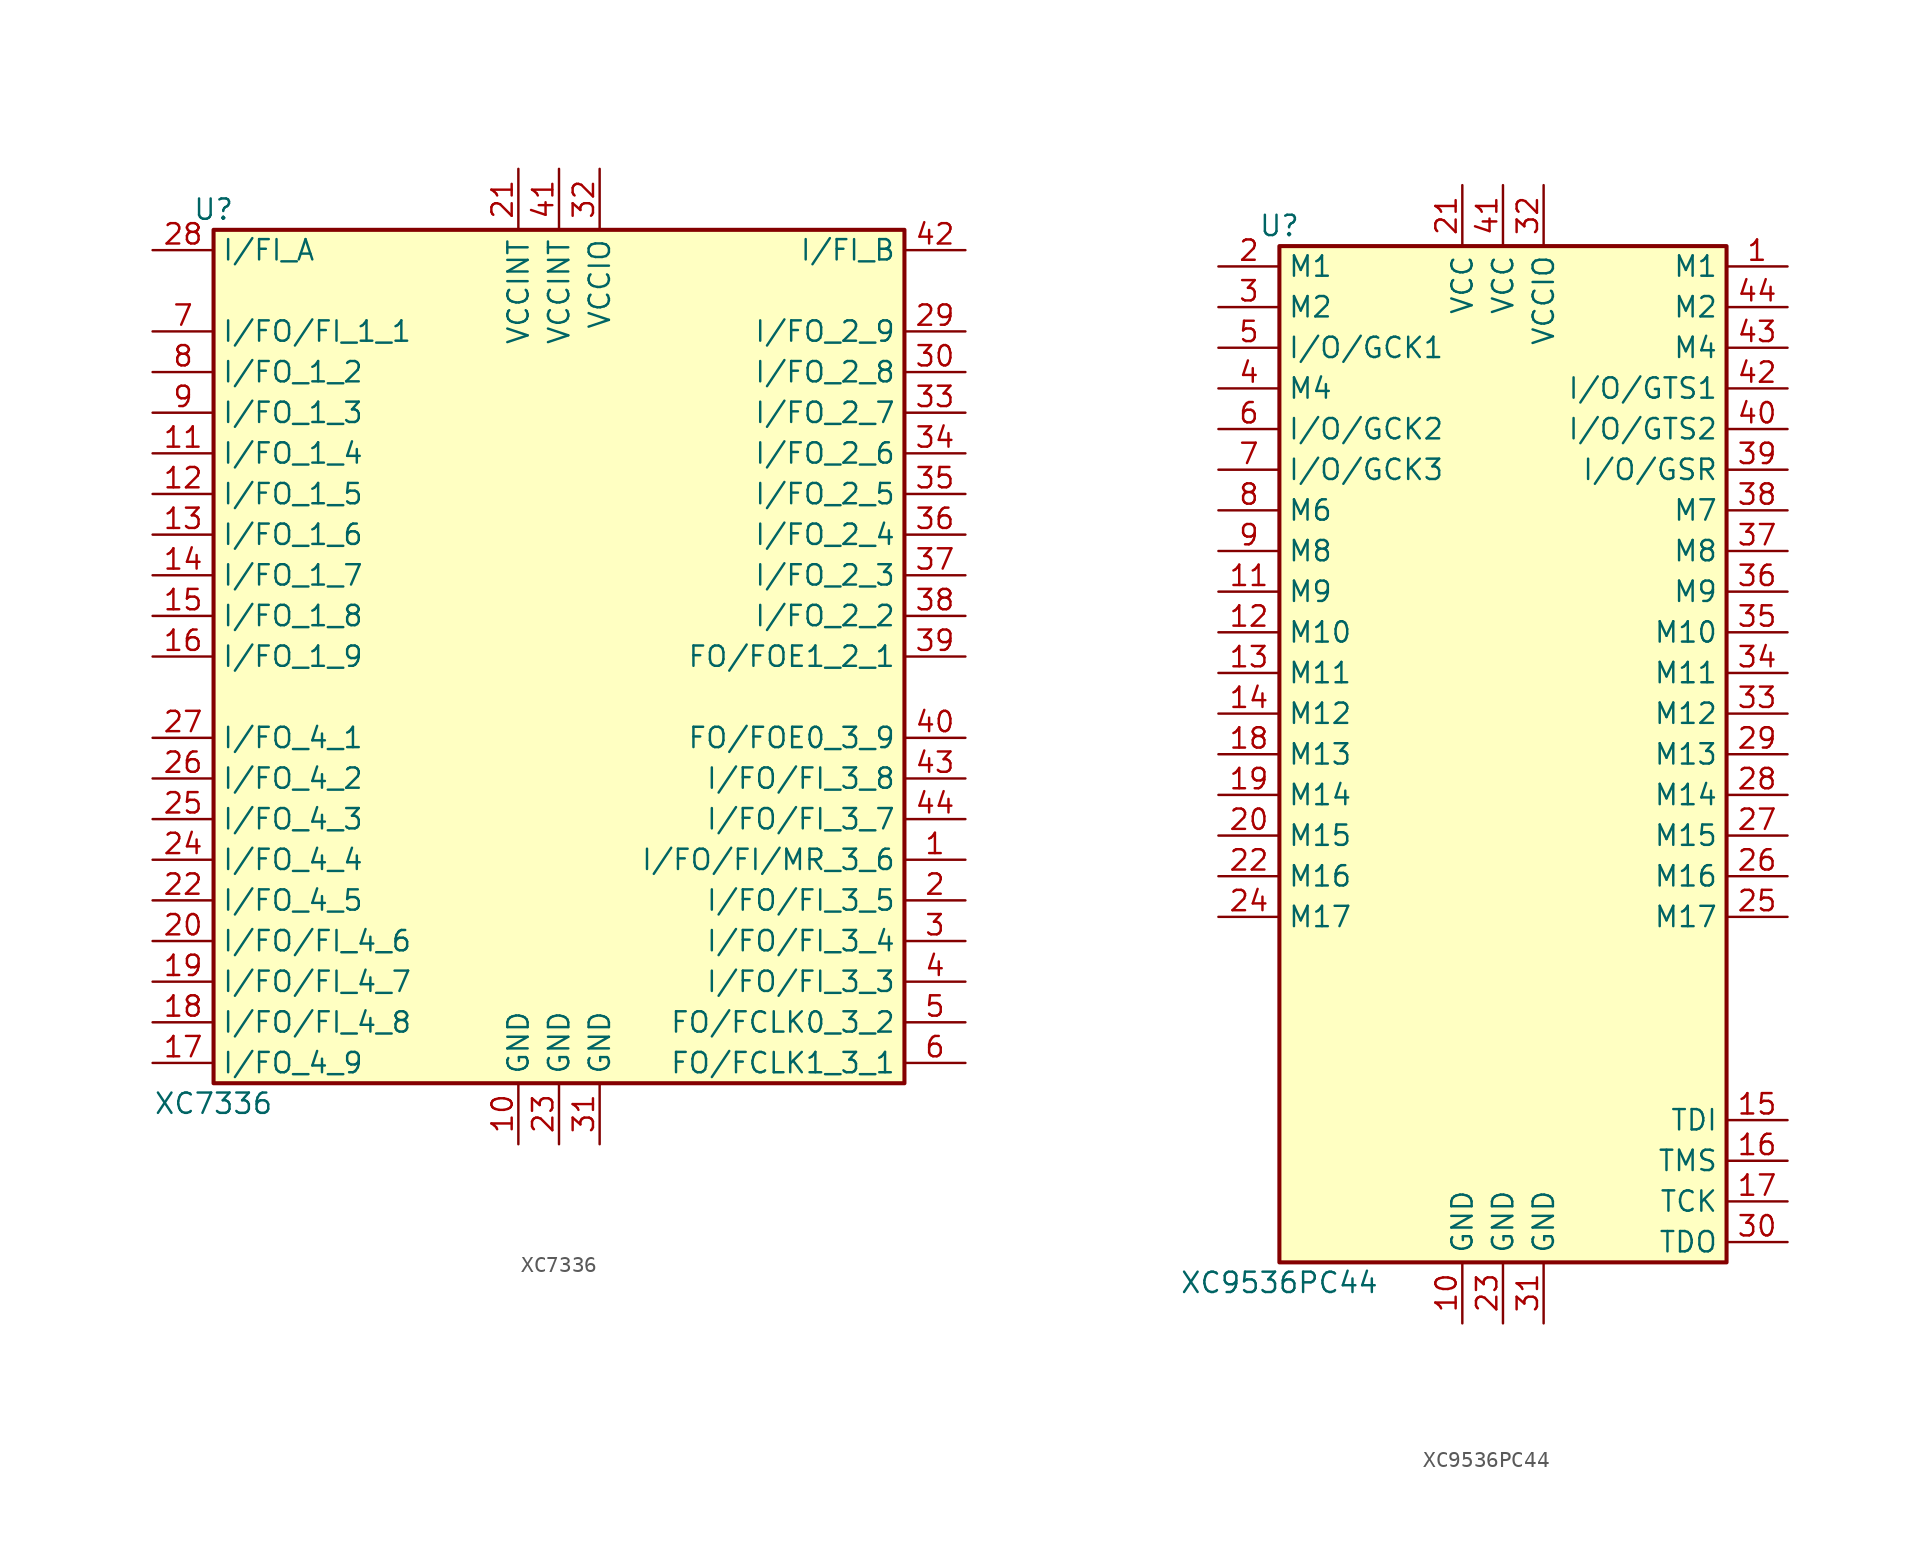
<source format=kicad_sym>
(kicad_symbol_lib
  (version 20201005)
  (generator kicad_symbol_editor)
  (symbol "XC7336"
    (property "Reference" "U"
      (at -21.59 27.94 0)
      (effects (font (size 1.27 1.27))))
    (property "Value" "XC7336"
      (at -21.59 -27.94 0)
      (effects (font (size 1.27 1.27))))
    (symbol "XC7336_1_1"
      (rectangle (start -21.59 26.67) (end 21.59 -26.67) (stroke (width 0.254)) (fill (type background)))
      (pin bidirectional line (at 25.4 -12.7 180) (length 3.81) (name "I/FO/FI/MR_3_6" (effects (font (size 1.27 1.27)))) (number "1" (effects (font (size 1.27 1.27)))))
      (pin bidirectional line (at 25.4 -15.24 180) (length 3.81) (name "I/FO/FI_3_5" (effects (font (size 1.27 1.27)))) (number "2" (effects (font (size 1.27 1.27)))))
      (pin bidirectional line (at 25.4 -17.78 180) (length 3.81) (name "I/FO/FI_3_4" (effects (font (size 1.27 1.27)))) (number "3" (effects (font (size 1.27 1.27)))))
      (pin bidirectional line (at 25.4 -20.32 180) (length 3.81) (name "I/FO/FI_3_3" (effects (font (size 1.27 1.27)))) (number "4" (effects (font (size 1.27 1.27)))))
      (pin bidirectional line (at 25.4 -22.86 180) (length 3.81) (name "FO/FCLK0_3_2" (effects (font (size 1.27 1.27)))) (number "5" (effects (font (size 1.27 1.27)))))
      (pin bidirectional line (at 25.4 -25.4 180) (length 3.81) (name "FO/FCLK1_3_1" (effects (font (size 1.27 1.27)))) (number "6" (effects (font (size 1.27 1.27)))))
      (pin bidirectional line (at -25.4 20.32 0) (length 3.81) (name "I/FO/FI_1_1" (effects (font (size 1.27 1.27)))) (number "7" (effects (font (size 1.27 1.27)))))
      (pin bidirectional line (at -25.4 17.78 0) (length 3.81) (name "I/FO_1_2" (effects (font (size 1.27 1.27)))) (number "8" (effects (font (size 1.27 1.27)))))
      (pin bidirectional line (at -25.4 15.24 0) (length 3.81) (name "I/FO_1_3" (effects (font (size 1.27 1.27)))) (number "9" (effects (font (size 1.27 1.27)))))
      (pin power_in line (at -2.54 -30.48 90) (length 3.81) (name "GND" (effects (font (size 1.27 1.27)))) (number "10" (effects (font (size 1.27 1.27)))))
      (pin bidirectional line (at -25.4 -17.78 0) (length 3.81) (name "I/FO/FI_4_6" (effects (font (size 1.27 1.27)))) (number "20" (effects (font (size 1.27 1.27)))))
      (pin bidirectional line (at 25.4 17.78 180) (length 3.81) (name "I/FO_2_8" (effects (font (size 1.27 1.27)))) (number "30" (effects (font (size 1.27 1.27)))))
      (pin bidirectional line (at 25.4 -5.08 180) (length 3.81) (name "FO/FOE0_3_9" (effects (font (size 1.27 1.27)))) (number "40" (effects (font (size 1.27 1.27)))))
      (pin bidirectional line (at -25.4 12.7 0) (length 3.81) (name "I/FO_1_4" (effects (font (size 1.27 1.27)))) (number "11" (effects (font (size 1.27 1.27)))))
      (pin power_in line (at -2.54 30.48 270) (length 3.81) (name "VCCINT" (effects (font (size 1.27 1.27)))) (number "21" (effects (font (size 1.27 1.27)))))
      (pin power_in line (at 2.54 -30.48 90) (length 3.81) (name "GND" (effects (font (size 1.27 1.27)))) (number "31" (effects (font (size 1.27 1.27)))))
      (pin power_in line (at 0 30.48 270) (length 3.81) (name "VCCINT" (effects (font (size 1.27 1.27)))) (number "41" (effects (font (size 1.27 1.27)))))
      (pin bidirectional line (at -25.4 10.16 0) (length 3.81) (name "I/FO_1_5" (effects (font (size 1.27 1.27)))) (number "12" (effects (font (size 1.27 1.27)))))
      (pin bidirectional line (at -25.4 -15.24 0) (length 3.81) (name "I/FO_4_5" (effects (font (size 1.27 1.27)))) (number "22" (effects (font (size 1.27 1.27)))))
      (pin power_in line (at 2.54 30.48 270) (length 3.81) (name "VCCIO" (effects (font (size 1.27 1.27)))) (number "32" (effects (font (size 1.27 1.27)))))
      (pin bidirectional line (at 25.4 25.4 180) (length 3.81) (name "I/FI_B" (effects (font (size 1.27 1.27)))) (number "42" (effects (font (size 1.27 1.27)))))
      (pin bidirectional line (at -25.4 7.62 0) (length 3.81) (name "I/FO_1_6" (effects (font (size 1.27 1.27)))) (number "13" (effects (font (size 1.27 1.27)))))
      (pin power_in line (at 0 -30.48 90) (length 3.81) (name "GND" (effects (font (size 1.27 1.27)))) (number "23" (effects (font (size 1.27 1.27)))))
      (pin bidirectional line (at 25.4 15.24 180) (length 3.81) (name "I/FO_2_7" (effects (font (size 1.27 1.27)))) (number "33" (effects (font (size 1.27 1.27)))))
      (pin bidirectional line (at 25.4 -7.62 180) (length 3.81) (name "I/FO/FI_3_8" (effects (font (size 1.27 1.27)))) (number "43" (effects (font (size 1.27 1.27)))))
      (pin bidirectional line (at -25.4 5.08 0) (length 3.81) (name "I/FO_1_7" (effects (font (size 1.27 1.27)))) (number "14" (effects (font (size 1.27 1.27)))))
      (pin bidirectional line (at -25.4 -12.7 0) (length 3.81) (name "I/FO_4_4" (effects (font (size 1.27 1.27)))) (number "24" (effects (font (size 1.27 1.27)))))
      (pin bidirectional line (at 25.4 12.7 180) (length 3.81) (name "I/FO_2_6" (effects (font (size 1.27 1.27)))) (number "34" (effects (font (size 1.27 1.27)))))
      (pin bidirectional line (at 25.4 -10.16 180) (length 3.81) (name "I/FO/FI_3_7" (effects (font (size 1.27 1.27)))) (number "44" (effects (font (size 1.27 1.27)))))
      (pin bidirectional line (at -25.4 2.54 0) (length 3.81) (name "I/FO_1_8" (effects (font (size 1.27 1.27)))) (number "15" (effects (font (size 1.27 1.27)))))
      (pin bidirectional line (at -25.4 -10.16 0) (length 3.81) (name "I/FO_4_3" (effects (font (size 1.27 1.27)))) (number "25" (effects (font (size 1.27 1.27)))))
      (pin bidirectional line (at 25.4 10.16 180) (length 3.81) (name "I/FO_2_5" (effects (font (size 1.27 1.27)))) (number "35" (effects (font (size 1.27 1.27)))))
      (pin bidirectional line (at -25.4 0 0) (length 3.81) (name "I/FO_1_9" (effects (font (size 1.27 1.27)))) (number "16" (effects (font (size 1.27 1.27)))))
      (pin bidirectional line (at -25.4 -7.62 0) (length 3.81) (name "I/FO_4_2" (effects (font (size 1.27 1.27)))) (number "26" (effects (font (size 1.27 1.27)))))
      (pin bidirectional line (at 25.4 7.62 180) (length 3.81) (name "I/FO_2_4" (effects (font (size 1.27 1.27)))) (number "36" (effects (font (size 1.27 1.27)))))
      (pin bidirectional line (at -25.4 -25.4 0) (length 3.81) (name "I/FO_4_9" (effects (font (size 1.27 1.27)))) (number "17" (effects (font (size 1.27 1.27)))))
      (pin bidirectional line (at -25.4 -5.08 0) (length 3.81) (name "I/FO_4_1" (effects (font (size 1.27 1.27)))) (number "27" (effects (font (size 1.27 1.27)))))
      (pin bidirectional line (at 25.4 5.08 180) (length 3.81) (name "I/FO_2_3" (effects (font (size 1.27 1.27)))) (number "37" (effects (font (size 1.27 1.27)))))
      (pin bidirectional line (at -25.4 -22.86 0) (length 3.81) (name "I/FO/FI_4_8" (effects (font (size 1.27 1.27)))) (number "18" (effects (font (size 1.27 1.27)))))
      (pin bidirectional line (at -25.4 25.4 0) (length 3.81) (name "I/FI_A" (effects (font (size 1.27 1.27)))) (number "28" (effects (font (size 1.27 1.27)))))
      (pin bidirectional line (at 25.4 2.54 180) (length 3.81) (name "I/FO_2_2" (effects (font (size 1.27 1.27)))) (number "38" (effects (font (size 1.27 1.27)))))
      (pin bidirectional line (at -25.4 -20.32 0) (length 3.81) (name "I/FO/FI_4_7" (effects (font (size 1.27 1.27)))) (number "19" (effects (font (size 1.27 1.27)))))
      (pin bidirectional line (at 25.4 20.32 180) (length 3.81) (name "I/FO_2_9" (effects (font (size 1.27 1.27)))) (number "29" (effects (font (size 1.27 1.27)))))
      (pin bidirectional line (at 25.4 0 180) (length 3.81) (name "FO/FOE1_2_1" (effects (font (size 1.27 1.27)))) (number "39" (effects (font (size 1.27 1.27)))))))
  (symbol "XC9536PC44"
    (property "Reference" "U"
      (at -13.97 33.02 0)
      (effects (font (size 1.27 1.27))))
    (property "Value" "XC9536PC44"
      (at -13.97 -33.02 0)
      (effects (font (size 1.27 1.27))))
    (symbol "XC9536PC44_1_1"
      (rectangle (start -13.97 31.75) (end 13.97 -31.75) (stroke (width 0.254)) (fill (type background)))
      (pin bidirectional line (at 17.78 30.48 180) (length 3.81) (name "M1" (effects (font (size 1.27 1.27)))) (number "1" (effects (font (size 1.27 1.27)))))
      (pin bidirectional line (at -17.78 30.48 0) (length 3.81) (name "M1" (effects (font (size 1.27 1.27)))) (number "2" (effects (font (size 1.27 1.27)))))
      (pin bidirectional line (at -17.78 27.94 0) (length 3.81) (name "M2" (effects (font (size 1.27 1.27)))) (number "3" (effects (font (size 1.27 1.27)))))
      (pin bidirectional line (at -17.78 22.86 0) (length 3.81) (name "M4" (effects (font (size 1.27 1.27)))) (number "4" (effects (font (size 1.27 1.27)))))
      (pin bidirectional line (at -17.78 25.4 0) (length 3.81) (name "I/O/GCK1" (effects (font (size 1.27 1.27)))) (number "5" (effects (font (size 1.27 1.27)))))
      (pin bidirectional line (at -17.78 20.32 0) (length 3.81) (name "I/O/GCK2" (effects (font (size 1.27 1.27)))) (number "6" (effects (font (size 1.27 1.27)))))
      (pin bidirectional line (at -17.78 17.78 0) (length 3.81) (name "I/O/GCK3" (effects (font (size 1.27 1.27)))) (number "7" (effects (font (size 1.27 1.27)))))
      (pin bidirectional line (at -17.78 15.24 0) (length 3.81) (name "M6" (effects (font (size 1.27 1.27)))) (number "8" (effects (font (size 1.27 1.27)))))
      (pin bidirectional line (at -17.78 12.7 0) (length 3.81) (name "M8" (effects (font (size 1.27 1.27)))) (number "9" (effects (font (size 1.27 1.27)))))
      (pin power_in line (at -2.54 -35.56 90) (length 3.81) (name "GND" (effects (font (size 1.27 1.27)))) (number "10" (effects (font (size 1.27 1.27)))))
      (pin bidirectional line (at -17.78 -5.08 0) (length 3.81) (name "M15" (effects (font (size 1.27 1.27)))) (number "20" (effects (font (size 1.27 1.27)))))
      (pin output line (at 17.78 -30.48 180) (length 3.81) (name "TDO" (effects (font (size 1.27 1.27)))) (number "30" (effects (font (size 1.27 1.27)))))
      (pin bidirectional line (at 17.78 20.32 180) (length 3.81) (name "I/O/GTS2" (effects (font (size 1.27 1.27)))) (number "40" (effects (font (size 1.27 1.27)))))
      (pin bidirectional line (at -17.78 10.16 0) (length 3.81) (name "M9" (effects (font (size 1.27 1.27)))) (number "11" (effects (font (size 1.27 1.27)))))
      (pin power_in line (at -2.54 35.56 270) (length 3.81) (name "VCC" (effects (font (size 1.27 1.27)))) (number "21" (effects (font (size 1.27 1.27)))))
      (pin power_in line (at 2.54 -35.56 90) (length 3.81) (name "GND" (effects (font (size 1.27 1.27)))) (number "31" (effects (font (size 1.27 1.27)))))
      (pin power_in line (at 0 35.56 270) (length 3.81) (name "VCC" (effects (font (size 1.27 1.27)))) (number "41" (effects (font (size 1.27 1.27)))))
      (pin bidirectional line (at -17.78 7.62 0) (length 3.81) (name "M10" (effects (font (size 1.27 1.27)))) (number "12" (effects (font (size 1.27 1.27)))))
      (pin bidirectional line (at -17.78 -7.62 0) (length 3.81) (name "M16" (effects (font (size 1.27 1.27)))) (number "22" (effects (font (size 1.27 1.27)))))
      (pin power_in line (at 2.54 35.56 270) (length 3.81) (name "VCCIO" (effects (font (size 1.27 1.27)))) (number "32" (effects (font (size 1.27 1.27)))))
      (pin bidirectional line (at 17.78 22.86 180) (length 3.81) (name "I/O/GTS1" (effects (font (size 1.27 1.27)))) (number "42" (effects (font (size 1.27 1.27)))))
      (pin bidirectional line (at -17.78 5.08 0) (length 3.81) (name "M11" (effects (font (size 1.27 1.27)))) (number "13" (effects (font (size 1.27 1.27)))))
      (pin power_in line (at 0 -35.56 90) (length 3.81) (name "GND" (effects (font (size 1.27 1.27)))) (number "23" (effects (font (size 1.27 1.27)))))
      (pin bidirectional line (at 17.78 2.54 180) (length 3.81) (name "M12" (effects (font (size 1.27 1.27)))) (number "33" (effects (font (size 1.27 1.27)))))
      (pin bidirectional line (at 17.78 25.4 180) (length 3.81) (name "M4" (effects (font (size 1.27 1.27)))) (number "43" (effects (font (size 1.27 1.27)))))
      (pin bidirectional line (at -17.78 2.54 0) (length 3.81) (name "M12" (effects (font (size 1.27 1.27)))) (number "14" (effects (font (size 1.27 1.27)))))
      (pin bidirectional line (at -17.78 -10.16 0) (length 3.81) (name "M17" (effects (font (size 1.27 1.27)))) (number "24" (effects (font (size 1.27 1.27)))))
      (pin bidirectional line (at 17.78 5.08 180) (length 3.81) (name "M11" (effects (font (size 1.27 1.27)))) (number "34" (effects (font (size 1.27 1.27)))))
      (pin bidirectional line (at 17.78 27.94 180) (length 3.81) (name "M2" (effects (font (size 1.27 1.27)))) (number "44" (effects (font (size 1.27 1.27)))))
      (pin input line (at 17.78 -22.86 180) (length 3.81) (name "TDI" (effects (font (size 1.27 1.27)))) (number "15" (effects (font (size 1.27 1.27)))))
      (pin bidirectional line (at 17.78 -10.16 180) (length 3.81) (name "M17" (effects (font (size 1.27 1.27)))) (number "25" (effects (font (size 1.27 1.27)))))
      (pin bidirectional line (at 17.78 7.62 180) (length 3.81) (name "M10" (effects (font (size 1.27 1.27)))) (number "35" (effects (font (size 1.27 1.27)))))
      (pin input line (at 17.78 -25.4 180) (length 3.81) (name "TMS" (effects (font (size 1.27 1.27)))) (number "16" (effects (font (size 1.27 1.27)))))
      (pin bidirectional line (at 17.78 -7.62 180) (length 3.81) (name "M16" (effects (font (size 1.27 1.27)))) (number "26" (effects (font (size 1.27 1.27)))))
      (pin bidirectional line (at 17.78 10.16 180) (length 3.81) (name "M9" (effects (font (size 1.27 1.27)))) (number "36" (effects (font (size 1.27 1.27)))))
      (pin input line (at 17.78 -27.94 180) (length 3.81) (name "TCK" (effects (font (size 1.27 1.27)))) (number "17" (effects (font (size 1.27 1.27)))))
      (pin bidirectional line (at 17.78 -5.08 180) (length 3.81) (name "M15" (effects (font (size 1.27 1.27)))) (number "27" (effects (font (size 1.27 1.27)))))
      (pin bidirectional line (at 17.78 12.7 180) (length 3.81) (name "M8" (effects (font (size 1.27 1.27)))) (number "37" (effects (font (size 1.27 1.27)))))
      (pin bidirectional line (at -17.78 0 0) (length 3.81) (name "M13" (effects (font (size 1.27 1.27)))) (number "18" (effects (font (size 1.27 1.27)))))
      (pin bidirectional line (at 17.78 -2.54 180) (length 3.81) (name "M14" (effects (font (size 1.27 1.27)))) (number "28" (effects (font (size 1.27 1.27)))))
      (pin bidirectional line (at 17.78 15.24 180) (length 3.81) (name "M7" (effects (font (size 1.27 1.27)))) (number "38" (effects (font (size 1.27 1.27)))))
      (pin bidirectional line (at -17.78 -2.54 0) (length 3.81) (name "M14" (effects (font (size 1.27 1.27)))) (number "19" (effects (font (size 1.27 1.27)))))
      (pin bidirectional line (at 17.78 0 180) (length 3.81) (name "M13" (effects (font (size 1.27 1.27)))) (number "29" (effects (font (size 1.27 1.27)))))
      (pin bidirectional line (at 17.78 17.78 180) (length 3.81) (name "I/O/GSR" (effects (font (size 1.27 1.27)))) (number "39" (effects (font (size 1.27 1.27))))))))
</source>
